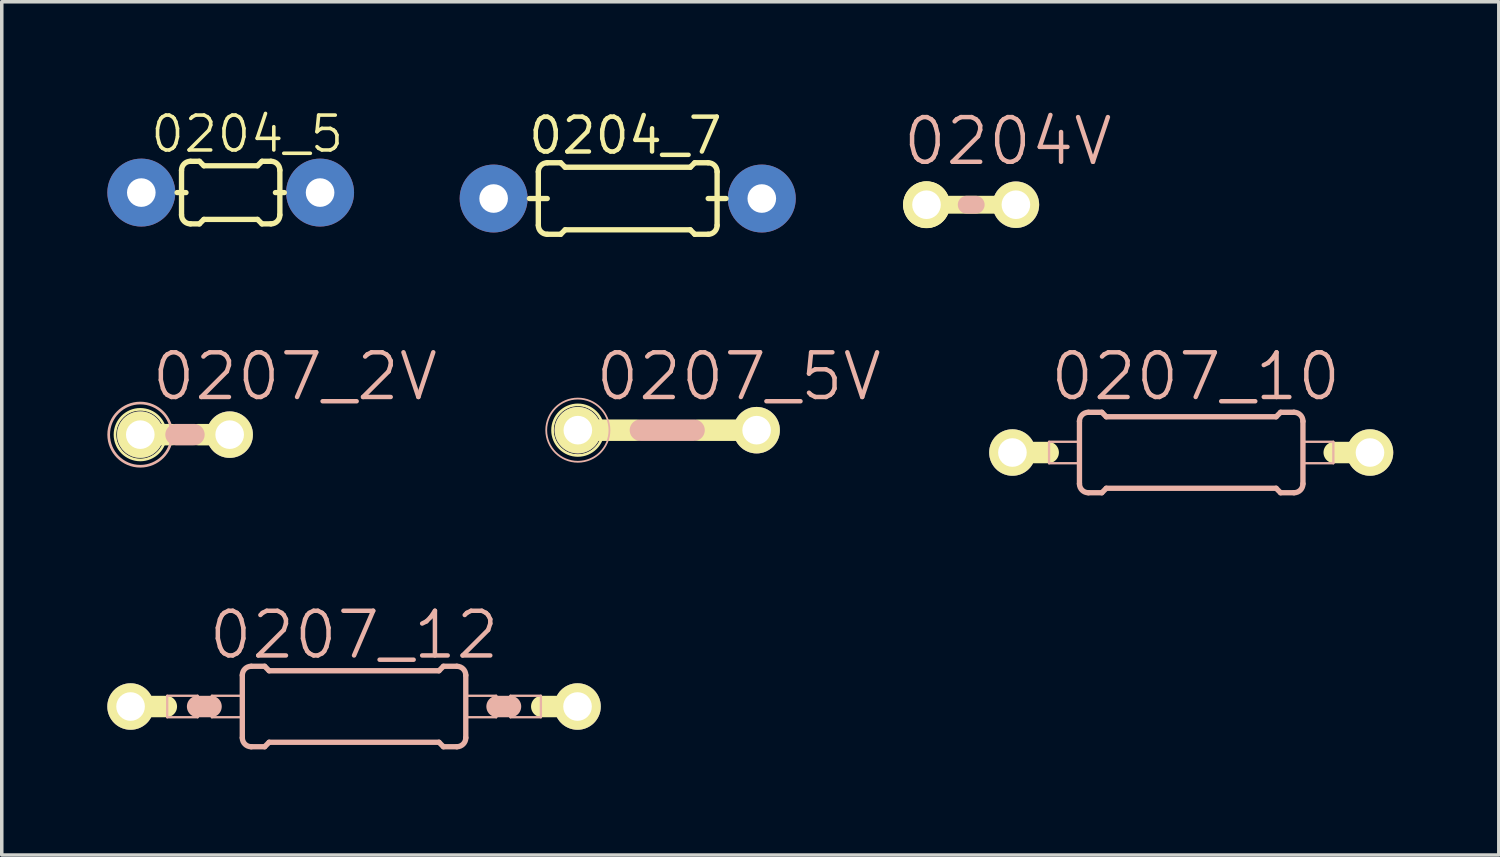
<source format=kicad_pcb>
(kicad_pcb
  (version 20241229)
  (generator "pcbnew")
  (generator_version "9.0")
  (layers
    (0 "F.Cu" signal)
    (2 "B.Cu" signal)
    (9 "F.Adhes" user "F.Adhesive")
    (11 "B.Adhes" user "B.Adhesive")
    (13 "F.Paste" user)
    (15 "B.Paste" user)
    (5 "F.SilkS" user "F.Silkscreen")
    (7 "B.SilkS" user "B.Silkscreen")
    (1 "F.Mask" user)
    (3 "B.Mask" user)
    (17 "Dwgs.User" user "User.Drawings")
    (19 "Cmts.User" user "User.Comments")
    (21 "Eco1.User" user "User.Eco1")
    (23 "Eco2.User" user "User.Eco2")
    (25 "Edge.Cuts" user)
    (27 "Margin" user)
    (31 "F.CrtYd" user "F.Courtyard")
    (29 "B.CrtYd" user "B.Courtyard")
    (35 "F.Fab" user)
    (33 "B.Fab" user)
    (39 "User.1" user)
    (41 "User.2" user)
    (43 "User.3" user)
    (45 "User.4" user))
  (footprint "0207_12"
    (layer "F.Cu")
    (at 7.01 17.025)
    (property "Reference" "0207_12" (at 0 -2.032 0) (layer "B.SilkS") (effects (font (size 1.27 1.27) (thickness 0.127))))
    (attr exclude_from_pos_files exclude_from_bom)
    (fp_line (start -6.35 0) (end -5.334 0) (stroke (width 0.61) (type solid)) (layer "F.SilkS"))
    (fp_line (start 6.35 0) (end 5.334 0) (stroke (width 0.61) (type solid)) (layer "F.SilkS"))
    (fp_line (start -5.309 -0.305) (end -4.445 -0.305) (stroke (width 0.066) (type solid)) (layer "B.SilkS"))
    (fp_line (start -5.309 0.305) (end -5.309 -0.305) (stroke (width 0.066) (type solid)) (layer "B.SilkS"))
    (fp_line (start -5.309 0.305) (end -4.445 0.305) (stroke (width 0.066) (type solid)) (layer "B.SilkS"))
    (fp_line (start -4.445 0) (end -4.064 0) (stroke (width 0.61) (type solid)) (layer "B.SilkS"))
    (fp_line (start -4.445 0.305) (end -4.445 -0.305) (stroke (width 0.066) (type solid)) (layer "B.SilkS"))
    (fp_line (start -4.039 -0.305) (end -3.175 -0.305) (stroke (width 0.066) (type solid)) (layer "B.SilkS"))
    (fp_line (start -4.039 0.305) (end -4.039 -0.305) (stroke (width 0.066) (type solid)) (layer "B.SilkS"))
    (fp_line (start -4.039 0.305) (end -3.175 0.305) (stroke (width 0.066) (type solid)) (layer "B.SilkS"))
    (fp_line (start -3.175 0.305) (end -3.175 -0.305) (stroke (width 0.066) (type solid)) (layer "B.SilkS"))
    (fp_line (start -3.175 0.889) (end -3.175 -0.889) (stroke (width 0.152) (type solid)) (layer "B.SilkS"))
    (fp_line (start -2.921 -1.143) (end -2.54 -1.143) (stroke (width 0.152) (type solid)) (layer "B.SilkS"))
    (fp_line (start -2.921 1.143) (end -2.54 1.143) (stroke (width 0.152) (type solid)) (layer "B.SilkS"))
    (fp_line (start -2.413 -1.016) (end -2.54 -1.143) (stroke (width 0.152) (type solid)) (layer "B.SilkS"))
    (fp_line (start -2.413 1.016) (end -2.54 1.143) (stroke (width 0.152) (type solid)) (layer "B.SilkS"))
    (fp_line (start 2.413 -1.016) (end -2.413 -1.016) (stroke (width 0.152) (type solid)) (layer "B.SilkS"))
    (fp_line (start 2.413 -1.016) (end 2.54 -1.143) (stroke (width 0.152) (type solid)) (layer "B.SilkS"))
    (fp_line (start 2.413 1.016) (end -2.413 1.016) (stroke (width 0.152) (type solid)) (layer "B.SilkS"))
    (fp_line (start 2.413 1.016) (end 2.54 1.143) (stroke (width 0.152) (type solid)) (layer "B.SilkS"))
    (fp_line (start 2.921 -1.143) (end 2.54 -1.143) (stroke (width 0.152) (type solid)) (layer "B.SilkS"))
    (fp_line (start 2.921 1.143) (end 2.54 1.143) (stroke (width 0.152) (type solid)) (layer "B.SilkS"))
    (fp_line (start 3.175 -0.305) (end 4.039 -0.305) (stroke (width 0.066) (type solid)) (layer "B.SilkS"))
    (fp_line (start 3.175 0.305) (end 3.175 -0.305) (stroke (width 0.066) (type solid)) (layer "B.SilkS"))
    (fp_line (start 3.175 0.305) (end 4.039 0.305) (stroke (width 0.066) (type solid)) (layer "B.SilkS"))
    (fp_line (start 3.175 0.889) (end 3.175 -0.889) (stroke (width 0.152) (type solid)) (layer "B.SilkS"))
    (fp_line (start 4.039 0.305) (end 4.039 -0.305) (stroke (width 0.066) (type solid)) (layer "B.SilkS"))
    (fp_line (start 4.445 -0.305) (end 5.309 -0.305) (stroke (width 0.066) (type solid)) (layer "B.SilkS"))
    (fp_line (start 4.445 0) (end 4.064 0) (stroke (width 0.61) (type solid)) (layer "B.SilkS"))
    (fp_line (start 4.445 0.305) (end 4.445 -0.305) (stroke (width 0.066) (type solid)) (layer "B.SilkS"))
    (fp_line (start 4.445 0.305) (end 5.309 0.305) (stroke (width 0.066) (type solid)) (layer "B.SilkS"))
    (fp_line (start 5.309 0.305) (end 5.309 -0.305) (stroke (width 0.066) (type solid)) (layer "B.SilkS"))
    (fp_arc (start -3.175 -0.889) (mid -3.100605 -1.068605) (end -2.921 -1.143) (stroke (width 0.1524) (type solid)) (layer "B.SilkS"))
    (fp_arc (start -2.921 1.143) (mid -3.100605 1.068605) (end -3.175 0.889) (stroke (width 0.1524) (type solid)) (layer "B.SilkS"))
    (fp_arc (start 2.921 -1.143) (mid 3.100605 -1.068605) (end 3.175 -0.889) (stroke (width 0.1524) (type solid)) (layer "B.SilkS"))
    (fp_arc (start 3.175 0.889) (mid 3.100605 1.068605) (end 2.921 1.143) (stroke (width 0.1524) (type solid)) (layer "B.SilkS"))
    (pad "1" thru_hole circle (at -6.35 0) (size 1.321 1.321) (drill 0.813) (layers "*.Cu" "F.Mask" "F.SilkS" "F.Paste"))
    (pad "2" thru_hole circle (at 6.35 0) (size 1.321 1.321) (drill 0.813) (layers "*.Cu" "F.Mask" "F.SilkS" "F.Paste")))
  (footprint "0207_10"
    (layer "F.Cu")
    (at 30.797 9.808)
    (property "Reference" "0207_10" (at 0.127 -2.159 0) (layer "B.SilkS") (effects (font (size 1.27 1.27) (thickness 0.127))))
    (attr exclude_from_pos_files exclude_from_bom)
    (fp_line (start -5.08 0) (end -4.064 0) (stroke (width 0.61) (type solid)) (layer "F.SilkS"))
    (fp_line (start 5.08 0) (end 4.064 0) (stroke (width 0.61) (type solid)) (layer "F.SilkS"))
    (fp_line (start -4.039 -0.305) (end -3.175 -0.305) (stroke (width 0.066) (type solid)) (layer "B.SilkS"))
    (fp_line (start -4.039 0.305) (end -4.039 -0.305) (stroke (width 0.066) (type solid)) (layer "B.SilkS"))
    (fp_line (start -4.039 0.305) (end -3.175 0.305) (stroke (width 0.066) (type solid)) (layer "B.SilkS"))
    (fp_line (start -3.175 0.305) (end -3.175 -0.305) (stroke (width 0.066) (type solid)) (layer "B.SilkS"))
    (fp_line (start -3.175 0.889) (end -3.175 -0.889) (stroke (width 0.152) (type solid)) (layer "B.SilkS"))
    (fp_line (start -2.921 -1.143) (end -2.54 -1.143) (stroke (width 0.152) (type solid)) (layer "B.SilkS"))
    (fp_line (start -2.921 1.143) (end -2.54 1.143) (stroke (width 0.152) (type solid)) (layer "B.SilkS"))
    (fp_line (start -2.413 -1.016) (end -2.54 -1.143) (stroke (width 0.152) (type solid)) (layer "B.SilkS"))
    (fp_line (start -2.413 1.016) (end -2.54 1.143) (stroke (width 0.152) (type solid)) (layer "B.SilkS"))
    (fp_line (start 2.413 -1.016) (end -2.413 -1.016) (stroke (width 0.152) (type solid)) (layer "B.SilkS"))
    (fp_line (start 2.413 -1.016) (end 2.54 -1.143) (stroke (width 0.152) (type solid)) (layer "B.SilkS"))
    (fp_line (start 2.413 1.016) (end -2.413 1.016) (stroke (width 0.152) (type solid)) (layer "B.SilkS"))
    (fp_line (start 2.413 1.016) (end 2.54 1.143) (stroke (width 0.152) (type solid)) (layer "B.SilkS"))
    (fp_line (start 2.921 -1.143) (end 2.54 -1.143) (stroke (width 0.152) (type solid)) (layer "B.SilkS"))
    (fp_line (start 2.921 1.143) (end 2.54 1.143) (stroke (width 0.152) (type solid)) (layer "B.SilkS"))
    (fp_line (start 3.175 -0.305) (end 4.039 -0.305) (stroke (width 0.066) (type solid)) (layer "B.SilkS"))
    (fp_line (start 3.175 0.305) (end 3.175 -0.305) (stroke (width 0.066) (type solid)) (layer "B.SilkS"))
    (fp_line (start 3.175 0.305) (end 4.039 0.305) (stroke (width 0.066) (type solid)) (layer "B.SilkS"))
    (fp_line (start 3.175 0.889) (end 3.175 -0.889) (stroke (width 0.152) (type solid)) (layer "B.SilkS"))
    (fp_line (start 4.039 0.305) (end 4.039 -0.305) (stroke (width 0.066) (type solid)) (layer "B.SilkS"))
    (fp_arc (start -3.175 -0.889) (mid -3.100605 -1.068605) (end -2.921 -1.143) (stroke (width 0.1524) (type solid)) (layer "B.SilkS"))
    (fp_arc (start -2.921 1.143) (mid -3.100605 1.068605) (end -3.175 0.889) (stroke (width 0.1524) (type solid)) (layer "B.SilkS"))
    (fp_arc (start 2.921 -1.143) (mid 3.100605 -1.068605) (end 3.175 -0.889) (stroke (width 0.1524) (type solid)) (layer "B.SilkS"))
    (fp_arc (start 3.175 0.889) (mid 3.100605 1.068605) (end 2.921 1.143) (stroke (width 0.1524) (type solid)) (layer "B.SilkS"))
    (pad "1" thru_hole circle (at -5.08 0) (size 1.321 1.321) (drill 0.813) (layers "*.Cu" "F.Mask" "F.SilkS" "F.Paste"))
    (pad "2" thru_hole circle (at 5.08 0) (size 1.321 1.321) (drill 0.813) (layers "*.Cu" "F.Mask" "F.SilkS" "F.Paste")))
  (footprint "0207_2V"
    (layer "F.Cu")
    (at 2.206 9.3)
    (property "Reference" "0207_2V" (at 3.124 -1.651 0) (layer "B.SilkS") (effects (font (size 1.27 1.27) (thickness 0.127))))
    (attr exclude_from_pos_files exclude_from_bom)
    (fp_line (start -1.27 0) (end -0.381 0) (stroke (width 0.61) (type solid)) (layer "F.SilkS"))
    (fp_line (start 0.381 0) (end 1.27 0) (stroke (width 0.61) (type solid)) (layer "F.SilkS"))
    (fp_circle (center -1.27 0) (end -1.778 0.508) (stroke (width 0.076) (type solid)) (fill no) (layer "F.SilkS"))
    (fp_line (start -0.254 0) (end 0.254 0) (stroke (width 0.61) (type solid)) (layer "B.SilkS"))
    (fp_circle (center -1.27 0) (end -1.905 0.635) (stroke (width 0.076) (type solid)) (fill no) (layer "B.SilkS"))
    (pad "1" thru_hole circle (at -1.27 0) (size 1.321 1.321) (drill 0.813) (layers "*.Cu" "F.Mask" "F.SilkS" "F.Paste"))
    (pad "2" thru_hole circle (at 1.27 0) (size 1.321 1.321) (drill 0.813) (layers "*.Cu" "F.Mask" "F.SilkS" "F.Paste")))
  (footprint "0204_5"
    (layer "F.Cu")
    (at 3.505 2.422)
    (property "Reference" "0204_5" (at 0.47 -1.664 0) (layer "F.SilkS") (effects (font (size 0.991 0.991) (thickness 0.102))))
    (attr exclude_from_pos_files exclude_from_bom)
    (fp_line (start -1.524 0) (end -1.27 0) (stroke (width 0.15) (type solid)) (layer "F.SilkS"))
    (fp_line (start -1.397 0.635) (end -1.397 -0.635) (stroke (width 0.152) (type solid)) (layer "F.SilkS"))
    (fp_line (start -1.143 -0.889) (end -0.889 -0.889) (stroke (width 0.152) (type solid)) (layer "F.SilkS"))
    (fp_line (start -1.143 0.889) (end -0.889 0.889) (stroke (width 0.152) (type solid)) (layer "F.SilkS"))
    (fp_line (start -0.762 -0.762) (end -0.889 -0.889) (stroke (width 0.152) (type solid)) (layer "F.SilkS"))
    (fp_line (start -0.762 0.762) (end -0.889 0.889) (stroke (width 0.152) (type solid)) (layer "F.SilkS"))
    (fp_line (start -0.762 0.762) (end 0.762 0.762) (stroke (width 0.15) (type solid)) (layer "F.SilkS"))
    (fp_line (start 0.762 -0.762) (end -0.762 -0.762) (stroke (width 0.15) (type solid)) (layer "F.SilkS"))
    (fp_line (start 0.762 -0.762) (end 0.889 -0.889) (stroke (width 0.152) (type solid)) (layer "F.SilkS"))
    (fp_line (start 0.762 0.762) (end 0.889 0.889) (stroke (width 0.152) (type solid)) (layer "F.SilkS"))
    (fp_line (start 1.143 -0.889) (end 0.889 -0.889) (stroke (width 0.152) (type solid)) (layer "F.SilkS"))
    (fp_line (start 1.143 0.889) (end 0.889 0.889) (stroke (width 0.152) (type solid)) (layer "F.SilkS"))
    (fp_line (start 1.397 0.254) (end 1.397 -0.254) (stroke (width 0.066) (type solid)) (layer "F.SilkS"))
    (fp_line (start 1.397 0.635) (end 1.397 -0.635) (stroke (width 0.152) (type solid)) (layer "F.SilkS"))
    (fp_line (start 1.524 0) (end 1.27 0) (stroke (width 0.15) (type solid)) (layer "F.SilkS"))
    (fp_arc (start -1.397 -0.635) (mid -1.322605 -0.814605) (end -1.143 -0.889) (stroke (width 0.1524) (type solid)) (layer "F.SilkS"))
    (fp_arc (start -1.143 0.889) (mid -1.322605 0.814605) (end -1.397 0.635) (stroke (width 0.1524) (type solid)) (layer "F.SilkS"))
    (fp_arc (start 1.143 -0.889) (mid 1.322605 -0.814605) (end 1.397 -0.635) (stroke (width 0.1524) (type solid)) (layer "F.SilkS"))
    (fp_arc (start 1.397 0.635) (mid 1.322605 0.814605) (end 1.143 0.889) (stroke (width 0.1524) (type solid)) (layer "F.SilkS"))
    (pad "1" thru_hole circle (at -2.54 0) (size 1.93 1.93) (drill 0.813) (layers "*.Cu" "*.Mask"))
    (pad "2" thru_hole circle (at 2.54 0) (size 1.93 1.93) (drill 0.813) (layers "*.Cu" "*.Mask")))
  (footprint "0207_5V"
    (layer "F.Cu")
    (at 15.909 9.173)
    (property "Reference" "0207_5V" (at 2.032 -1.524 0) (layer "B.SilkS") (effects (font (size 1.27 1.27) (thickness 0.127))))
    (attr exclude_from_pos_files exclude_from_bom)
    (fp_line (start -2.54 0) (end -0.889 0) (stroke (width 0.61) (type solid)) (layer "F.SilkS"))
    (fp_line (start 0.889 0) (end 2.54 0) (stroke (width 0.61) (type solid)) (layer "F.SilkS"))
    (fp_circle (center -2.54 0) (end -3.048 0.508) (stroke (width 0.076) (type solid)) (fill no) (layer "F.SilkS"))
    (fp_line (start -0.762 0) (end 0.762 0) (stroke (width 0.61) (type solid)) (layer "B.SilkS"))
    (fp_circle (center -2.54 0) (end -3.175 0.635) (stroke (width 0.051) (type solid)) (fill no) (layer "B.SilkS"))
    (pad "1" thru_hole circle (at -2.54 0) (size 1.321 1.321) (drill 0.813) (layers "*.Cu" "F.Mask" "F.SilkS" "F.Paste"))
    (pad "2" thru_hole circle (at 2.54 0) (size 1.321 1.321) (drill 0.813) (layers "*.Cu" "F.Mask" "F.SilkS" "F.Paste")))
  (footprint "0204V"
    (layer "F.Cu")
    (at 24.546 2.767)
    (property "Reference" "0204V" (at 1.041 -1.801 0) (layer "B.SilkS") (effects (font (size 1.27 1.27) (thickness 0.127))))
    (attr exclude_from_pos_files exclude_from_bom)
    (fp_line (start -1.27 0) (end 1.27 0) (stroke (width 0.508) (type solid)) (layer "F.SilkS"))
    (fp_circle (center -1.27 0) (end -1.714 0.445) (stroke (width 0.076) (type solid)) (fill no) (layer "F.SilkS"))
    (fp_circle (center -1.27 0) (end -1.587 0.318) (stroke (width 0.025) (type solid)) (fill no) (layer "F.SilkS"))
    (fp_line (start -0.127 0) (end 0.127 0) (stroke (width 0.508) (type solid)) (layer "B.SilkS"))
    (pad "1" thru_hole circle (at -1.27 0) (size 1.321 1.321) (drill 0.813) (layers "*.Cu" "F.Mask" "F.SilkS" "F.Paste"))
    (pad "2" thru_hole circle (at 1.27 0) (size 1.321 1.321) (drill 0.813) (layers "*.Cu" "F.Mask" "F.SilkS" "F.Paste")))
  (footprint "0204_7"
    (layer "F.Cu")
    (at 14.786 2.591)
    (property "Reference" "0204_7" (at -0.064 -1.788 0) (layer "F.SilkS") (effects (font (size 0.991 0.991) (thickness 0.127))))
    (attr exclude_from_pos_files exclude_from_bom)
    (fp_line (start -2.794 0) (end -2.286 0) (stroke (width 0.15) (type solid)) (layer "F.SilkS"))
    (fp_line (start -2.54 0.254) (end -2.54 -0.254) (stroke (width 0.066) (type solid)) (layer "F.SilkS"))
    (fp_line (start -2.54 0.762) (end -2.54 -0.762) (stroke (width 0.152) (type solid)) (layer "F.SilkS"))
    (fp_line (start -2.286 -1.016) (end -1.905 -1.016) (stroke (width 0.152) (type solid)) (layer "F.SilkS"))
    (fp_line (start -2.286 1.016) (end -1.905 1.016) (stroke (width 0.152) (type solid)) (layer "F.SilkS"))
    (fp_line (start -1.778 -0.889) (end -1.905 -1.016) (stroke (width 0.152) (type solid)) (layer "F.SilkS"))
    (fp_line (start -1.778 0.889) (end -1.905 1.016) (stroke (width 0.152) (type solid)) (layer "F.SilkS"))
    (fp_line (start 1.778 -0.889) (end -1.778 -0.889) (stroke (width 0.152) (type solid)) (layer "F.SilkS"))
    (fp_line (start 1.778 -0.889) (end 1.905 -1.016) (stroke (width 0.152) (type solid)) (layer "F.SilkS"))
    (fp_line (start 1.778 0.889) (end -1.778 0.889) (stroke (width 0.152) (type solid)) (layer "F.SilkS"))
    (fp_line (start 1.778 0.889) (end 1.905 1.016) (stroke (width 0.152) (type solid)) (layer "F.SilkS"))
    (fp_line (start 2.286 -1.016) (end 1.905 -1.016) (stroke (width 0.152) (type solid)) (layer "F.SilkS"))
    (fp_line (start 2.286 0) (end 2.794 0) (stroke (width 0.15) (type solid)) (layer "F.SilkS"))
    (fp_line (start 2.286 1.016) (end 1.905 1.016) (stroke (width 0.152) (type solid)) (layer "F.SilkS"))
    (fp_line (start 2.54 0.254) (end 2.54 -0.254) (stroke (width 0.066) (type solid)) (layer "F.SilkS"))
    (fp_line (start 2.54 0.762) (end 2.54 -0.762) (stroke (width 0.152) (type solid)) (layer "F.SilkS"))
    (fp_arc (start -2.54 -0.762) (mid -2.465605 -0.941605) (end -2.286 -1.016) (stroke (width 0.1524) (type solid)) (layer "F.SilkS"))
    (fp_arc (start -2.286 1.016) (mid -2.465605 0.941605) (end -2.54 0.762) (stroke (width 0.1524) (type solid)) (layer "F.SilkS"))
    (fp_arc (start 2.286 -1.016) (mid 2.465605 -0.941605) (end 2.54 -0.762) (stroke (width 0.1524) (type solid)) (layer "F.SilkS"))
    (fp_arc (start 2.54 0.762) (mid 2.465605 0.941605) (end 2.286 1.016) (stroke (width 0.1524) (type solid)) (layer "F.SilkS"))
    (pad "1" thru_hole circle (at -3.81 0) (size 1.93 1.93) (drill 0.813) (layers "*.Cu" "*.Mask"))
    (pad "2" thru_hole circle (at 3.81 0) (size 1.93 1.93) (drill 0.813) (layers "*.Cu" "*.Mask")))
  (gr_rect
    (start -3 -3)
    (end 39.537 21.244)
    (stroke (width 0.1) (type default))
    (fill no)
    (layer "Edge.Cuts")))
</source>
